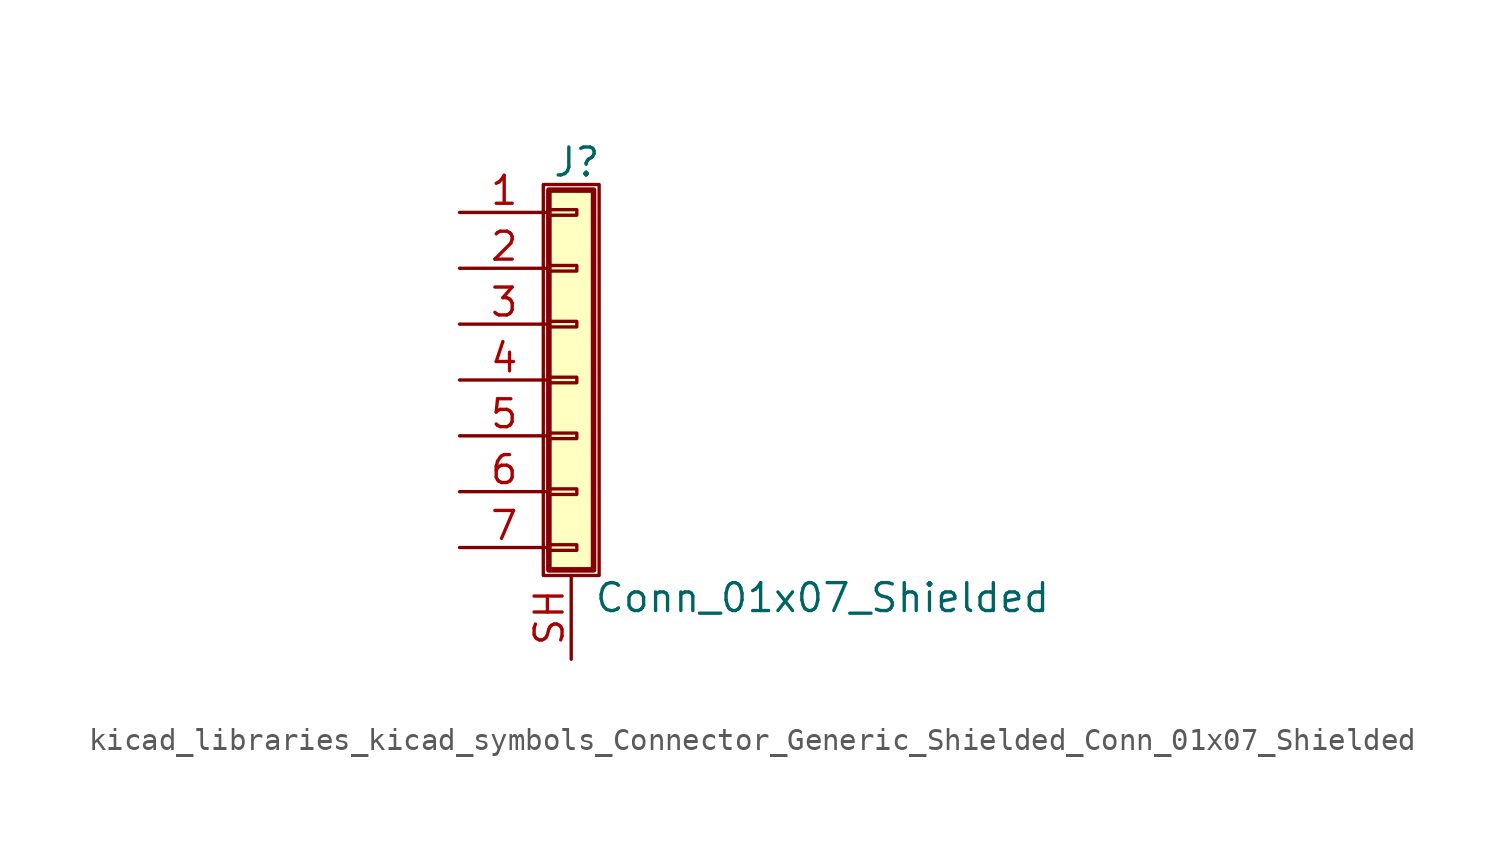
<source format=kicad_sym>
(kicad_symbol_lib
  (version 20220914)
  (generator kicad_symbol_editor)
  (symbol "kicad_libraries_kicad_symbols_Connector_Generic_Shielded_Conn_01x07_Shielded"
    (pin_names
      (offset 1.016) hide)
    (property "Reference" "J"
      (at 0.254 9.906 0)
      (effects (font (size 1.27 1.27))))
    (property "Value" "Conn_01x07_Shielded"
      (at 1.016 -9.906 0)
      (effects (font (size 1.27 1.27)) (justify left)))
    (symbol "kicad_libraries_kicad_symbols_Connector_Generic_Shielded_Conn_01x07_Shielded_1_1"
      (rectangle (start -1.27 8.89) (end 1.27 -8.89) (stroke (width 0.152) (type default)) (fill (type none)))
      (rectangle (start -1.016 -7.493) (end 0.254 -7.747) (stroke (width 0.152) (type default)) (fill (type none)))
      (rectangle (start -1.016 -4.953) (end 0.254 -5.207) (stroke (width 0.152) (type default)) (fill (type none)))
      (rectangle (start -1.016 -2.413) (end 0.254 -2.667) (stroke (width 0.152) (type default)) (fill (type none)))
      (rectangle (start -1.016 0.127) (end 0.254 -0.127) (stroke (width 0.152) (type default)) (fill (type none)))
      (rectangle (start -1.016 2.667) (end 0.254 2.413) (stroke (width 0.152) (type default)) (fill (type none)))
      (rectangle (start -1.016 5.207) (end 0.254 4.953) (stroke (width 0.152) (type default)) (fill (type none)))
      (rectangle (start -1.016 7.747) (end 0.254 7.493) (stroke (width 0.152) (type default)) (fill (type none)))
      (rectangle (start -1.016 8.636) (end 1.016 -8.636) (stroke (width 0.254) (type default)) (fill (type background)))
      (pin passive line (at -5.08 7.62 0) (length 4.064) (name "Pin_1" (effects (font (size 1.27 1.27)))) (number "1" (effects (font (size 1.27 1.27)))))
      (pin passive line (at -5.08 5.08 0) (length 4.064) (name "Pin_2" (effects (font (size 1.27 1.27)))) (number "2" (effects (font (size 1.27 1.27)))))
      (pin passive line (at -5.08 2.54 0) (length 4.064) (name "Pin_3" (effects (font (size 1.27 1.27)))) (number "3" (effects (font (size 1.27 1.27)))))
      (pin passive line (at -5.08 0 0) (length 4.064) (name "Pin_4" (effects (font (size 1.27 1.27)))) (number "4" (effects (font (size 1.27 1.27)))))
      (pin passive line (at -5.08 -2.54 0) (length 4.064) (name "Pin_5" (effects (font (size 1.27 1.27)))) (number "5" (effects (font (size 1.27 1.27)))))
      (pin passive line (at -5.08 -5.08 0) (length 4.064) (name "Pin_6" (effects (font (size 1.27 1.27)))) (number "6" (effects (font (size 1.27 1.27)))))
      (pin passive line (at -5.08 -7.62 0) (length 4.064) (name "Pin_7" (effects (font (size 1.27 1.27)))) (number "7" (effects (font (size 1.27 1.27)))))
      (pin passive line (at 0 -12.7 90) (length 3.81) (name "Shield" (effects (font (size 1.27 1.27)))) (number "SH" (effects (font (size 1.27 1.27))))))))
</source>
